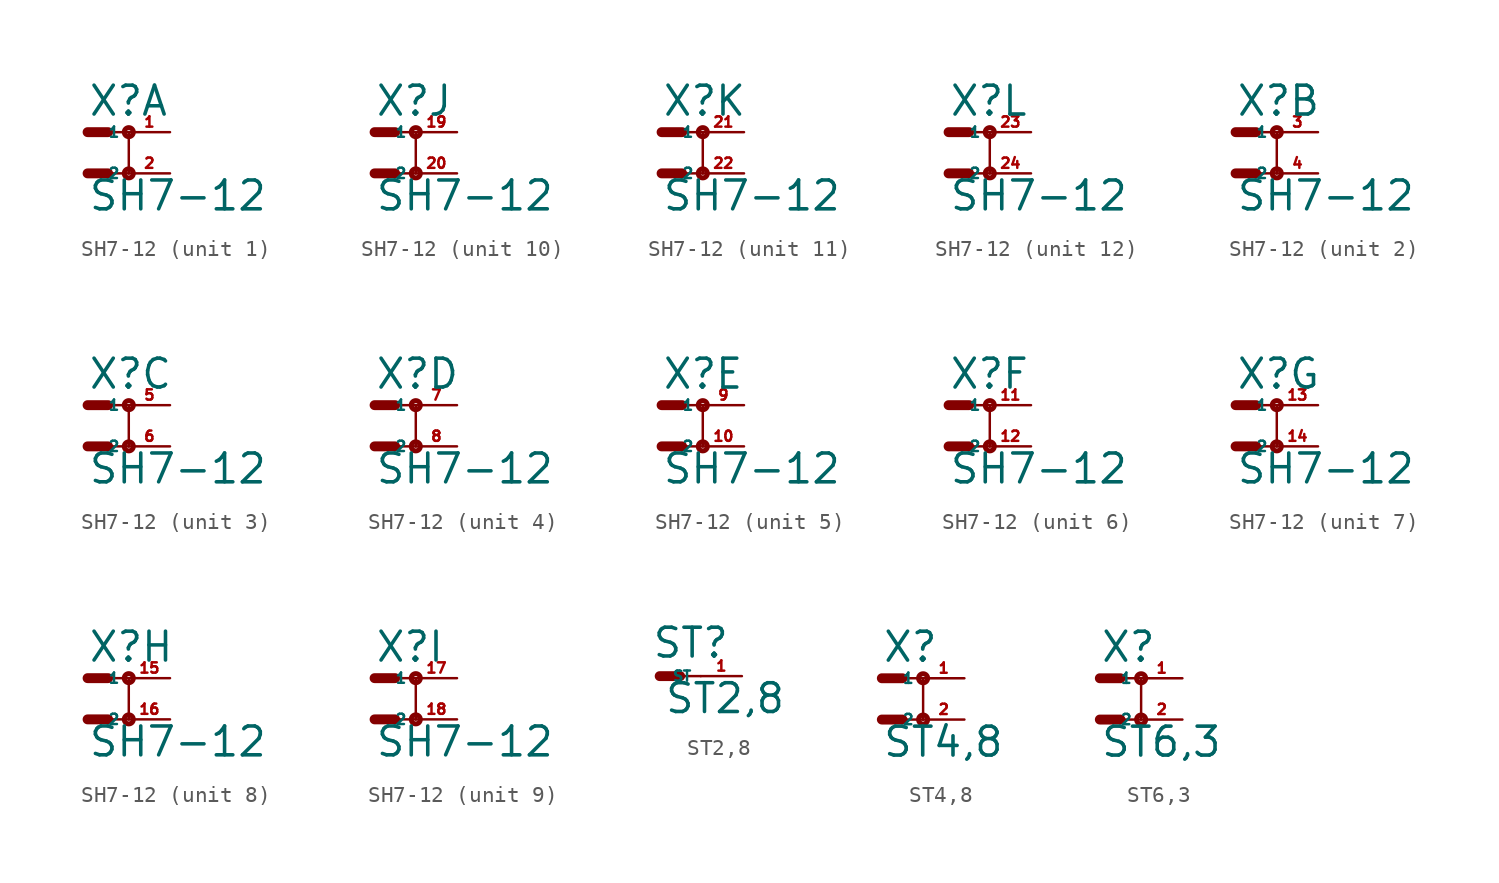
<source format=kicad_sym>
(kicad_symbol_lib
  (version 20220914)
  (generator Eagle2Kicad)
  (symbol "SH7-12"
    (property "Reference" "X"
      (at 0 3.429 0)
      (effects (font (size 1.778 1.778) (thickness 0.22)) (justify left bottom)))
    (property "Value" "SH7-12"
      (at 0 -2.413 0)
      (effects (font (size 1.778 1.778) (thickness 0.22)) (justify left bottom)))
    (symbol "SH7-12_1_0"
      (polyline (pts (xy 0 0) (xy 1.27 0)) (stroke (width 0.61) (type default)) (fill (type none)))
      (polyline (pts (xy 2.54 0) (xy 1.27 0)) (stroke (width 0.152) (type default)) (fill (type none)))
      (polyline (pts (xy 0 2.54) (xy 1.27 2.54)) (stroke (width 0.61) (type default)) (fill (type none)))
      (polyline (pts (xy 2.54 2.54) (xy 1.27 2.54)) (stroke (width 0.152) (type default)) (fill (type none)))
      (polyline (pts (xy 2.54 2.54) (xy 2.54 0)) (stroke (width 0.152) (type default)) (fill (type none)))
      (circle (center 2.54 0) (radius 0.127) (stroke (width 0.305) (type default)) (fill (type none)))
      (circle (center 2.54 2.54) (radius 0.127) (stroke (width 0.305) (type default)) (fill (type none)))
      (pin passive line (at 5.08 2.54 180) (length 2.54) (name "1" (effects (font (size 0.635 0.635) (thickness 0.08)) (justify left bottom))) (number "1" (effects (font (size 0.635 0.635) (thickness 0.08)) (justify left bottom))))
      (pin passive line (at 5.08 0 180) (length 2.54) (name "2" (effects (font (size 0.635 0.635) (thickness 0.08)) (justify left bottom))) (number "2" (effects (font (size 0.635 0.635) (thickness 0.08)) (justify left bottom)))))
    (symbol "SH7-12_2_0"
      (polyline (pts (xy 0 0) (xy 1.27 0)) (stroke (width 0.61) (type default)) (fill (type none)))
      (polyline (pts (xy 2.54 0) (xy 1.27 0)) (stroke (width 0.152) (type default)) (fill (type none)))
      (polyline (pts (xy 0 2.54) (xy 1.27 2.54)) (stroke (width 0.61) (type default)) (fill (type none)))
      (polyline (pts (xy 2.54 2.54) (xy 1.27 2.54)) (stroke (width 0.152) (type default)) (fill (type none)))
      (polyline (pts (xy 2.54 2.54) (xy 2.54 0)) (stroke (width 0.152) (type default)) (fill (type none)))
      (circle (center 2.54 0) (radius 0.127) (stroke (width 0.305) (type default)) (fill (type none)))
      (circle (center 2.54 2.54) (radius 0.127) (stroke (width 0.305) (type default)) (fill (type none)))
      (pin passive line (at 5.08 2.54 180) (length 2.54) (name "1" (effects (font (size 0.635 0.635) (thickness 0.08)) (justify left bottom))) (number "3" (effects (font (size 0.635 0.635) (thickness 0.08)) (justify left bottom))))
      (pin passive line (at 5.08 0 180) (length 2.54) (name "2" (effects (font (size 0.635 0.635) (thickness 0.08)) (justify left bottom))) (number "4" (effects (font (size 0.635 0.635) (thickness 0.08)) (justify left bottom)))))
    (symbol "SH7-12_3_0"
      (polyline (pts (xy 0 0) (xy 1.27 0)) (stroke (width 0.61) (type default)) (fill (type none)))
      (polyline (pts (xy 2.54 0) (xy 1.27 0)) (stroke (width 0.152) (type default)) (fill (type none)))
      (polyline (pts (xy 0 2.54) (xy 1.27 2.54)) (stroke (width 0.61) (type default)) (fill (type none)))
      (polyline (pts (xy 2.54 2.54) (xy 1.27 2.54)) (stroke (width 0.152) (type default)) (fill (type none)))
      (polyline (pts (xy 2.54 2.54) (xy 2.54 0)) (stroke (width 0.152) (type default)) (fill (type none)))
      (circle (center 2.54 0) (radius 0.127) (stroke (width 0.305) (type default)) (fill (type none)))
      (circle (center 2.54 2.54) (radius 0.127) (stroke (width 0.305) (type default)) (fill (type none)))
      (pin passive line (at 5.08 2.54 180) (length 2.54) (name "1" (effects (font (size 0.635 0.635) (thickness 0.08)) (justify left bottom))) (number "5" (effects (font (size 0.635 0.635) (thickness 0.08)) (justify left bottom))))
      (pin passive line (at 5.08 0 180) (length 2.54) (name "2" (effects (font (size 0.635 0.635) (thickness 0.08)) (justify left bottom))) (number "6" (effects (font (size 0.635 0.635) (thickness 0.08)) (justify left bottom)))))
    (symbol "SH7-12_4_0"
      (polyline (pts (xy 0 0) (xy 1.27 0)) (stroke (width 0.61) (type default)) (fill (type none)))
      (polyline (pts (xy 2.54 0) (xy 1.27 0)) (stroke (width 0.152) (type default)) (fill (type none)))
      (polyline (pts (xy 0 2.54) (xy 1.27 2.54)) (stroke (width 0.61) (type default)) (fill (type none)))
      (polyline (pts (xy 2.54 2.54) (xy 1.27 2.54)) (stroke (width 0.152) (type default)) (fill (type none)))
      (polyline (pts (xy 2.54 2.54) (xy 2.54 0)) (stroke (width 0.152) (type default)) (fill (type none)))
      (circle (center 2.54 0) (radius 0.127) (stroke (width 0.305) (type default)) (fill (type none)))
      (circle (center 2.54 2.54) (radius 0.127) (stroke (width 0.305) (type default)) (fill (type none)))
      (pin passive line (at 5.08 2.54 180) (length 2.54) (name "1" (effects (font (size 0.635 0.635) (thickness 0.08)) (justify left bottom))) (number "7" (effects (font (size 0.635 0.635) (thickness 0.08)) (justify left bottom))))
      (pin passive line (at 5.08 0 180) (length 2.54) (name "2" (effects (font (size 0.635 0.635) (thickness 0.08)) (justify left bottom))) (number "8" (effects (font (size 0.635 0.635) (thickness 0.08)) (justify left bottom)))))
    (symbol "SH7-12_5_0"
      (polyline (pts (xy 0 0) (xy 1.27 0)) (stroke (width 0.61) (type default)) (fill (type none)))
      (polyline (pts (xy 2.54 0) (xy 1.27 0)) (stroke (width 0.152) (type default)) (fill (type none)))
      (polyline (pts (xy 0 2.54) (xy 1.27 2.54)) (stroke (width 0.61) (type default)) (fill (type none)))
      (polyline (pts (xy 2.54 2.54) (xy 1.27 2.54)) (stroke (width 0.152) (type default)) (fill (type none)))
      (polyline (pts (xy 2.54 2.54) (xy 2.54 0)) (stroke (width 0.152) (type default)) (fill (type none)))
      (circle (center 2.54 0) (radius 0.127) (stroke (width 0.305) (type default)) (fill (type none)))
      (circle (center 2.54 2.54) (radius 0.127) (stroke (width 0.305) (type default)) (fill (type none)))
      (pin passive line (at 5.08 2.54 180) (length 2.54) (name "1" (effects (font (size 0.635 0.635) (thickness 0.08)) (justify left bottom))) (number "9" (effects (font (size 0.635 0.635) (thickness 0.08)) (justify left bottom))))
      (pin passive line (at 5.08 0 180) (length 2.54) (name "2" (effects (font (size 0.635 0.635) (thickness 0.08)) (justify left bottom))) (number "10" (effects (font (size 0.635 0.635) (thickness 0.08)) (justify left bottom)))))
    (symbol "SH7-12_6_0"
      (polyline (pts (xy 0 0) (xy 1.27 0)) (stroke (width 0.61) (type default)) (fill (type none)))
      (polyline (pts (xy 2.54 0) (xy 1.27 0)) (stroke (width 0.152) (type default)) (fill (type none)))
      (polyline (pts (xy 0 2.54) (xy 1.27 2.54)) (stroke (width 0.61) (type default)) (fill (type none)))
      (polyline (pts (xy 2.54 2.54) (xy 1.27 2.54)) (stroke (width 0.152) (type default)) (fill (type none)))
      (polyline (pts (xy 2.54 2.54) (xy 2.54 0)) (stroke (width 0.152) (type default)) (fill (type none)))
      (circle (center 2.54 0) (radius 0.127) (stroke (width 0.305) (type default)) (fill (type none)))
      (circle (center 2.54 2.54) (radius 0.127) (stroke (width 0.305) (type default)) (fill (type none)))
      (pin passive line (at 5.08 2.54 180) (length 2.54) (name "1" (effects (font (size 0.635 0.635) (thickness 0.08)) (justify left bottom))) (number "11" (effects (font (size 0.635 0.635) (thickness 0.08)) (justify left bottom))))
      (pin passive line (at 5.08 0 180) (length 2.54) (name "2" (effects (font (size 0.635 0.635) (thickness 0.08)) (justify left bottom))) (number "12" (effects (font (size 0.635 0.635) (thickness 0.08)) (justify left bottom)))))
    (symbol "SH7-12_7_0"
      (polyline (pts (xy 0 0) (xy 1.27 0)) (stroke (width 0.61) (type default)) (fill (type none)))
      (polyline (pts (xy 2.54 0) (xy 1.27 0)) (stroke (width 0.152) (type default)) (fill (type none)))
      (polyline (pts (xy 0 2.54) (xy 1.27 2.54)) (stroke (width 0.61) (type default)) (fill (type none)))
      (polyline (pts (xy 2.54 2.54) (xy 1.27 2.54)) (stroke (width 0.152) (type default)) (fill (type none)))
      (polyline (pts (xy 2.54 2.54) (xy 2.54 0)) (stroke (width 0.152) (type default)) (fill (type none)))
      (circle (center 2.54 0) (radius 0.127) (stroke (width 0.305) (type default)) (fill (type none)))
      (circle (center 2.54 2.54) (radius 0.127) (stroke (width 0.305) (type default)) (fill (type none)))
      (pin passive line (at 5.08 2.54 180) (length 2.54) (name "1" (effects (font (size 0.635 0.635) (thickness 0.08)) (justify left bottom))) (number "13" (effects (font (size 0.635 0.635) (thickness 0.08)) (justify left bottom))))
      (pin passive line (at 5.08 0 180) (length 2.54) (name "2" (effects (font (size 0.635 0.635) (thickness 0.08)) (justify left bottom))) (number "14" (effects (font (size 0.635 0.635) (thickness 0.08)) (justify left bottom)))))
    (symbol "SH7-12_8_0"
      (polyline (pts (xy 0 0) (xy 1.27 0)) (stroke (width 0.61) (type default)) (fill (type none)))
      (polyline (pts (xy 2.54 0) (xy 1.27 0)) (stroke (width 0.152) (type default)) (fill (type none)))
      (polyline (pts (xy 0 2.54) (xy 1.27 2.54)) (stroke (width 0.61) (type default)) (fill (type none)))
      (polyline (pts (xy 2.54 2.54) (xy 1.27 2.54)) (stroke (width 0.152) (type default)) (fill (type none)))
      (polyline (pts (xy 2.54 2.54) (xy 2.54 0)) (stroke (width 0.152) (type default)) (fill (type none)))
      (circle (center 2.54 0) (radius 0.127) (stroke (width 0.305) (type default)) (fill (type none)))
      (circle (center 2.54 2.54) (radius 0.127) (stroke (width 0.305) (type default)) (fill (type none)))
      (pin passive line (at 5.08 2.54 180) (length 2.54) (name "1" (effects (font (size 0.635 0.635) (thickness 0.08)) (justify left bottom))) (number "15" (effects (font (size 0.635 0.635) (thickness 0.08)) (justify left bottom))))
      (pin passive line (at 5.08 0 180) (length 2.54) (name "2" (effects (font (size 0.635 0.635) (thickness 0.08)) (justify left bottom))) (number "16" (effects (font (size 0.635 0.635) (thickness 0.08)) (justify left bottom)))))
    (symbol "SH7-12_9_0"
      (polyline (pts (xy 0 0) (xy 1.27 0)) (stroke (width 0.61) (type default)) (fill (type none)))
      (polyline (pts (xy 2.54 0) (xy 1.27 0)) (stroke (width 0.152) (type default)) (fill (type none)))
      (polyline (pts (xy 0 2.54) (xy 1.27 2.54)) (stroke (width 0.61) (type default)) (fill (type none)))
      (polyline (pts (xy 2.54 2.54) (xy 1.27 2.54)) (stroke (width 0.152) (type default)) (fill (type none)))
      (polyline (pts (xy 2.54 2.54) (xy 2.54 0)) (stroke (width 0.152) (type default)) (fill (type none)))
      (circle (center 2.54 0) (radius 0.127) (stroke (width 0.305) (type default)) (fill (type none)))
      (circle (center 2.54 2.54) (radius 0.127) (stroke (width 0.305) (type default)) (fill (type none)))
      (pin passive line (at 5.08 2.54 180) (length 2.54) (name "1" (effects (font (size 0.635 0.635) (thickness 0.08)) (justify left bottom))) (number "17" (effects (font (size 0.635 0.635) (thickness 0.08)) (justify left bottom))))
      (pin passive line (at 5.08 0 180) (length 2.54) (name "2" (effects (font (size 0.635 0.635) (thickness 0.08)) (justify left bottom))) (number "18" (effects (font (size 0.635 0.635) (thickness 0.08)) (justify left bottom)))))
    (symbol "SH7-12_10_0"
      (polyline (pts (xy 0 0) (xy 1.27 0)) (stroke (width 0.61) (type default)) (fill (type none)))
      (polyline (pts (xy 2.54 0) (xy 1.27 0)) (stroke (width 0.152) (type default)) (fill (type none)))
      (polyline (pts (xy 0 2.54) (xy 1.27 2.54)) (stroke (width 0.61) (type default)) (fill (type none)))
      (polyline (pts (xy 2.54 2.54) (xy 1.27 2.54)) (stroke (width 0.152) (type default)) (fill (type none)))
      (polyline (pts (xy 2.54 2.54) (xy 2.54 0)) (stroke (width 0.152) (type default)) (fill (type none)))
      (circle (center 2.54 0) (radius 0.127) (stroke (width 0.305) (type default)) (fill (type none)))
      (circle (center 2.54 2.54) (radius 0.127) (stroke (width 0.305) (type default)) (fill (type none)))
      (pin passive line (at 5.08 2.54 180) (length 2.54) (name "1" (effects (font (size 0.635 0.635) (thickness 0.08)) (justify left bottom))) (number "19" (effects (font (size 0.635 0.635) (thickness 0.08)) (justify left bottom))))
      (pin passive line (at 5.08 0 180) (length 2.54) (name "2" (effects (font (size 0.635 0.635) (thickness 0.08)) (justify left bottom))) (number "20" (effects (font (size 0.635 0.635) (thickness 0.08)) (justify left bottom)))))
    (symbol "SH7-12_11_0"
      (polyline (pts (xy 0 0) (xy 1.27 0)) (stroke (width 0.61) (type default)) (fill (type none)))
      (polyline (pts (xy 2.54 0) (xy 1.27 0)) (stroke (width 0.152) (type default)) (fill (type none)))
      (polyline (pts (xy 0 2.54) (xy 1.27 2.54)) (stroke (width 0.61) (type default)) (fill (type none)))
      (polyline (pts (xy 2.54 2.54) (xy 1.27 2.54)) (stroke (width 0.152) (type default)) (fill (type none)))
      (polyline (pts (xy 2.54 2.54) (xy 2.54 0)) (stroke (width 0.152) (type default)) (fill (type none)))
      (circle (center 2.54 0) (radius 0.127) (stroke (width 0.305) (type default)) (fill (type none)))
      (circle (center 2.54 2.54) (radius 0.127) (stroke (width 0.305) (type default)) (fill (type none)))
      (pin passive line (at 5.08 2.54 180) (length 2.54) (name "1" (effects (font (size 0.635 0.635) (thickness 0.08)) (justify left bottom))) (number "21" (effects (font (size 0.635 0.635) (thickness 0.08)) (justify left bottom))))
      (pin passive line (at 5.08 0 180) (length 2.54) (name "2" (effects (font (size 0.635 0.635) (thickness 0.08)) (justify left bottom))) (number "22" (effects (font (size 0.635 0.635) (thickness 0.08)) (justify left bottom)))))
    (symbol "SH7-12_12_0"
      (polyline (pts (xy 0 0) (xy 1.27 0)) (stroke (width 0.61) (type default)) (fill (type none)))
      (polyline (pts (xy 2.54 0) (xy 1.27 0)) (stroke (width 0.152) (type default)) (fill (type none)))
      (polyline (pts (xy 0 2.54) (xy 1.27 2.54)) (stroke (width 0.61) (type default)) (fill (type none)))
      (polyline (pts (xy 2.54 2.54) (xy 1.27 2.54)) (stroke (width 0.152) (type default)) (fill (type none)))
      (polyline (pts (xy 2.54 2.54) (xy 2.54 0)) (stroke (width 0.152) (type default)) (fill (type none)))
      (circle (center 2.54 0) (radius 0.127) (stroke (width 0.305) (type default)) (fill (type none)))
      (circle (center 2.54 2.54) (radius 0.127) (stroke (width 0.305) (type default)) (fill (type none)))
      (pin passive line (at 5.08 2.54 180) (length 2.54) (name "1" (effects (font (size 0.635 0.635) (thickness 0.08)) (justify left bottom))) (number "23" (effects (font (size 0.635 0.635) (thickness 0.08)) (justify left bottom))))
      (pin passive line (at 5.08 0 180) (length 2.54) (name "2" (effects (font (size 0.635 0.635) (thickness 0.08)) (justify left bottom))) (number "24" (effects (font (size 0.635 0.635) (thickness 0.08)) (justify left bottom))))))
  (symbol "ST2,8"
    (property "Reference" "ST"
      (at -0.508 1.016 0)
      (effects (font (size 1.778 1.778) (thickness 0.22)) (justify left bottom)))
    (property "Value" "ST2,8"
      (at 0.254 -2.413 0)
      (effects (font (size 1.778 1.778) (thickness 0.22)) (justify left bottom)))
    (polyline
      (pts (xy 0 0) (xy 1.27 0))
      (stroke (width 0.61) (type default))
      (fill (type none)))
    (polyline
      (pts (xy 2.54 0) (xy 1.27 0))
      (stroke (width 0.152) (type default))
      (fill (type none)))
    (pin passive line
      (at 5.08 0 180)
      (length 2.54)
      (name "ST" (effects (font (size 0.635 0.635) (thickness 0.08)) (justify left bottom)))
      (number "1" (effects (font (size 0.635 0.635) (thickness 0.08)) (justify left bottom)))))
  (symbol "ST4,8"
    (property "Reference" "X"
      (at 0 3.429 0)
      (effects (font (size 1.778 1.778) (thickness 0.22)) (justify left bottom)))
    (property "Value" "ST4,8"
      (at 0 -2.413 0)
      (effects (font (size 1.778 1.778) (thickness 0.22)) (justify left bottom)))
    (polyline
      (pts (xy 0 0) (xy 1.27 0))
      (stroke (width 0.61) (type default))
      (fill (type none)))
    (polyline
      (pts (xy 2.54 0) (xy 1.27 0))
      (stroke (width 0.152) (type default))
      (fill (type none)))
    (polyline
      (pts (xy 0 2.54) (xy 1.27 2.54))
      (stroke (width 0.61) (type default))
      (fill (type none)))
    (polyline
      (pts (xy 2.54 2.54) (xy 1.27 2.54))
      (stroke (width 0.152) (type default))
      (fill (type none)))
    (polyline
      (pts (xy 2.54 2.54) (xy 2.54 0))
      (stroke (width 0.152) (type default))
      (fill (type none)))
    (circle
      (center 2.54 0)
      (radius 0.127)
      (stroke (width 0.305) (type default))
      (fill (type none)))
    (circle
      (center 2.54 2.54)
      (radius 0.127)
      (stroke (width 0.305) (type default))
      (fill (type none)))
    (pin passive line
      (at 5.08 2.54 180)
      (length 2.54)
      (name "1" (effects (font (size 0.635 0.635) (thickness 0.08)) (justify left bottom)))
      (number "1" (effects (font (size 0.635 0.635) (thickness 0.08)) (justify left bottom))))
    (pin passive line
      (at 5.08 0 180)
      (length 2.54)
      (name "2" (effects (font (size 0.635 0.635) (thickness 0.08)) (justify left bottom)))
      (number "2" (effects (font (size 0.635 0.635) (thickness 0.08)) (justify left bottom)))))
  (symbol "ST6,3"
    (property "Reference" "X"
      (at 0 3.429 0)
      (effects (font (size 1.778 1.778) (thickness 0.22)) (justify left bottom)))
    (property "Value" "ST6,3"
      (at 0 -2.413 0)
      (effects (font (size 1.778 1.778) (thickness 0.22)) (justify left bottom)))
    (polyline
      (pts (xy 0 0) (xy 1.27 0))
      (stroke (width 0.61) (type default))
      (fill (type none)))
    (polyline
      (pts (xy 2.54 0) (xy 1.27 0))
      (stroke (width 0.152) (type default))
      (fill (type none)))
    (polyline
      (pts (xy 0 2.54) (xy 1.27 2.54))
      (stroke (width 0.61) (type default))
      (fill (type none)))
    (polyline
      (pts (xy 2.54 2.54) (xy 1.27 2.54))
      (stroke (width 0.152) (type default))
      (fill (type none)))
    (polyline
      (pts (xy 2.54 2.54) (xy 2.54 0))
      (stroke (width 0.152) (type default))
      (fill (type none)))
    (circle
      (center 2.54 0)
      (radius 0.127)
      (stroke (width 0.305) (type default))
      (fill (type none)))
    (circle
      (center 2.54 2.54)
      (radius 0.127)
      (stroke (width 0.305) (type default))
      (fill (type none)))
    (pin passive line
      (at 5.08 2.54 180)
      (length 2.54)
      (name "1" (effects (font (size 0.635 0.635) (thickness 0.08)) (justify left bottom)))
      (number "1" (effects (font (size 0.635 0.635) (thickness 0.08)) (justify left bottom))))
    (pin passive line
      (at 5.08 0 180)
      (length 2.54)
      (name "2" (effects (font (size 0.635 0.635) (thickness 0.08)) (justify left bottom)))
      (number "2" (effects (font (size 0.635 0.635) (thickness 0.08)) (justify left bottom))))))
</source>
